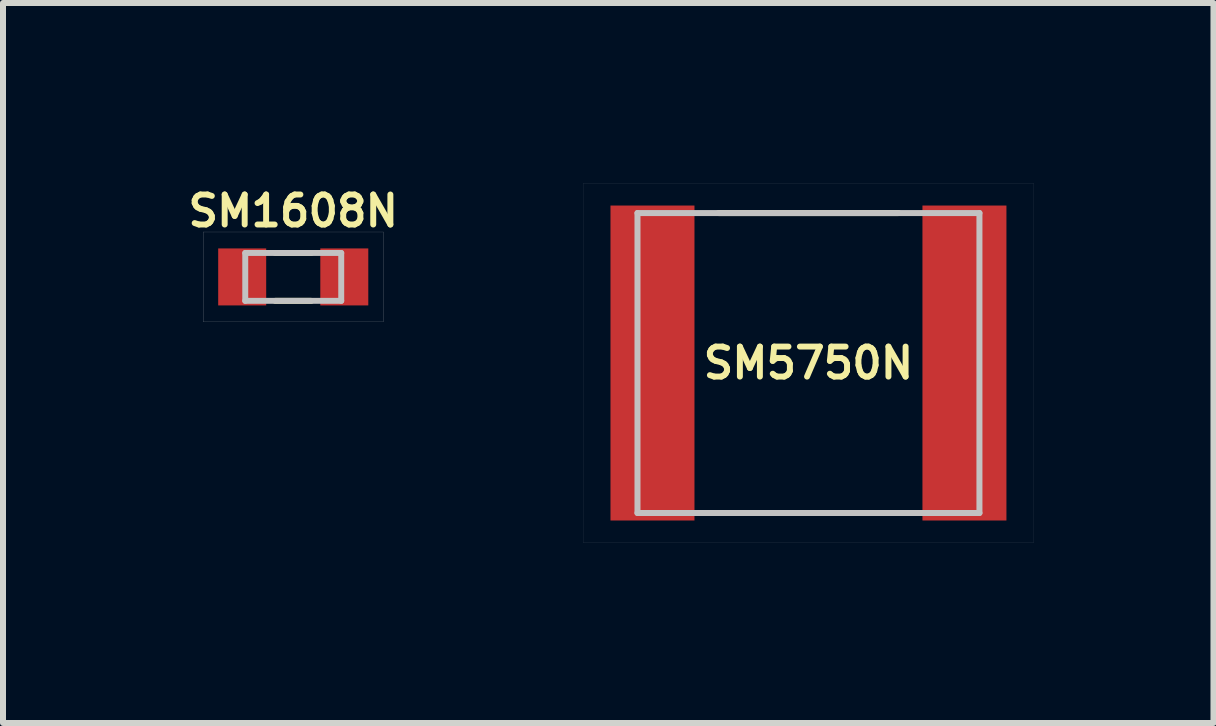
<source format=kicad_pcb>
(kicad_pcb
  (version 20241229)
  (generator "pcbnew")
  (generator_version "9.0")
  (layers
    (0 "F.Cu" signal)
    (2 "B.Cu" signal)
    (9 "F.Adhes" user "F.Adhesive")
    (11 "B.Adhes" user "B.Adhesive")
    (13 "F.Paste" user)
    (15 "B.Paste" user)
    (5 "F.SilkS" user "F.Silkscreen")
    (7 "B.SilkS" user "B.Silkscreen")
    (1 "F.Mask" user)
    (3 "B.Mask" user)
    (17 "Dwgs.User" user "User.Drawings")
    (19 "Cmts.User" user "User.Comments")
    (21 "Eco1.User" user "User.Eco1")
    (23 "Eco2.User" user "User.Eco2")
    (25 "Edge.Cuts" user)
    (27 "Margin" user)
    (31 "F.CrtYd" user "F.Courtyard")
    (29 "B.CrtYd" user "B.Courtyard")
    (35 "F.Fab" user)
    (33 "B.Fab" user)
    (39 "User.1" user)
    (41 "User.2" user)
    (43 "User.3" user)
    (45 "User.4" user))
  (footprint "SM1608N"
    (layer "F.Cu")
    (at 1.838 1.566)
    (property "Reference" "SM1608N" (at 0 -1.1 0) (layer "F.SilkS") (effects (font (size 0.5 0.5) (thickness 0.099))))
    (attr smd)
    (fp_line (start -0.3 -0.399) (end 0.3 -0.399) (stroke (width 0.099) (type solid)) (layer "F.SilkS"))
    (fp_line (start -0.3 0.399) (end 0.3 0.399) (stroke (width 0.099) (type solid)) (layer "F.SilkS"))
    (fp_line (start -1.501 -0.749) (end -1.501 0.749) (stroke (width 0.003) (type solid)) (layer "Dwgs.User"))
    (fp_line (start -1.501 0.749) (end 1.501 0.749) (stroke (width 0.003) (type solid)) (layer "Dwgs.User"))
    (fp_line (start -0.8 -0.399) (end -0.8 0.399) (stroke (width 0.099) (type solid)) (layer "Dwgs.User"))
    (fp_line (start -0.8 0.399) (end 0.8 0.399) (stroke (width 0.099) (type solid)) (layer "Dwgs.User"))
    (fp_line (start 0.8 -0.399) (end -0.8 -0.399) (stroke (width 0.099) (type solid)) (layer "Dwgs.User"))
    (fp_line (start 0.8 0.399) (end 0.8 -0.399) (stroke (width 0.099) (type solid)) (layer "Dwgs.User"))
    (fp_line (start 1.501 -0.749) (end -1.501 -0.749) (stroke (width 0.003) (type solid)) (layer "Dwgs.User"))
    (fp_line (start 1.501 0.749) (end 1.501 -0.749) (stroke (width 0.003) (type solid)) (layer "Dwgs.User"))
    (pad "1" smd rect (at -0.851 0) (size 0.8 0.95) (layers "F.Cu" "F.Mask" "F.Paste"))
    (pad "2" smd rect (at 0.851 0) (size 0.8 0.95) (layers "F.Cu" "F.Mask" "F.Paste")))
  (footprint "SM5750N"
    (layer "F.Cu")
    (at 10.426 3.001)
    (property "Reference" "SM5750N" (at 0 0 0) (layer "F.SilkS") (effects (font (size 0.5 0.5) (thickness 0.099))))
    (attr smd)
    (fp_line (start -1.5 -2.5) (end 1.5 -2.5) (stroke (width 0.1) (type solid)) (layer "F.SilkS"))
    (fp_line (start 1.5 2.5) (end -1.5 2.5) (stroke (width 0.1) (type solid)) (layer "F.SilkS"))
    (fp_line (start -3.75 -3) (end -3.75 3) (stroke (width 0.001) (type solid)) (layer "Dwgs.User"))
    (fp_line (start -3.75 3) (end 3.75 3) (stroke (width 0.001) (type solid)) (layer "Dwgs.User"))
    (fp_line (start -2.85 -2.5) (end -2.85 2.5) (stroke (width 0.1) (type solid)) (layer "Dwgs.User"))
    (fp_line (start -2.85 2.5) (end 2.85 2.5) (stroke (width 0.1) (type solid)) (layer "Dwgs.User"))
    (fp_line (start 2.85 -2.5) (end -2.85 -2.5) (stroke (width 0.1) (type solid)) (layer "Dwgs.User"))
    (fp_line (start 2.85 2.5) (end 2.85 -2.5) (stroke (width 0.1) (type solid)) (layer "Dwgs.User"))
    (fp_line (start 3.75 -3) (end -3.75 -3) (stroke (width 0.001) (type solid)) (layer "Dwgs.User"))
    (fp_line (start 3.75 3) (end 3.75 -3) (stroke (width 0.001) (type solid)) (layer "Dwgs.User"))
    (pad "1" smd rect (at -2.6 0) (size 1.4 5.25) (layers "F.Cu" "F.Mask" "F.Paste"))
    (pad "2" smd rect (at 2.6 0) (size 1.4 5.25) (layers "F.Cu" "F.Mask" "F.Paste")))
  (gr_rect
    (start -3 -3)
    (end 17.177 9.001)
    (stroke (width 0.1) (type default))
    (fill no)
    (layer "Edge.Cuts")))
</source>
